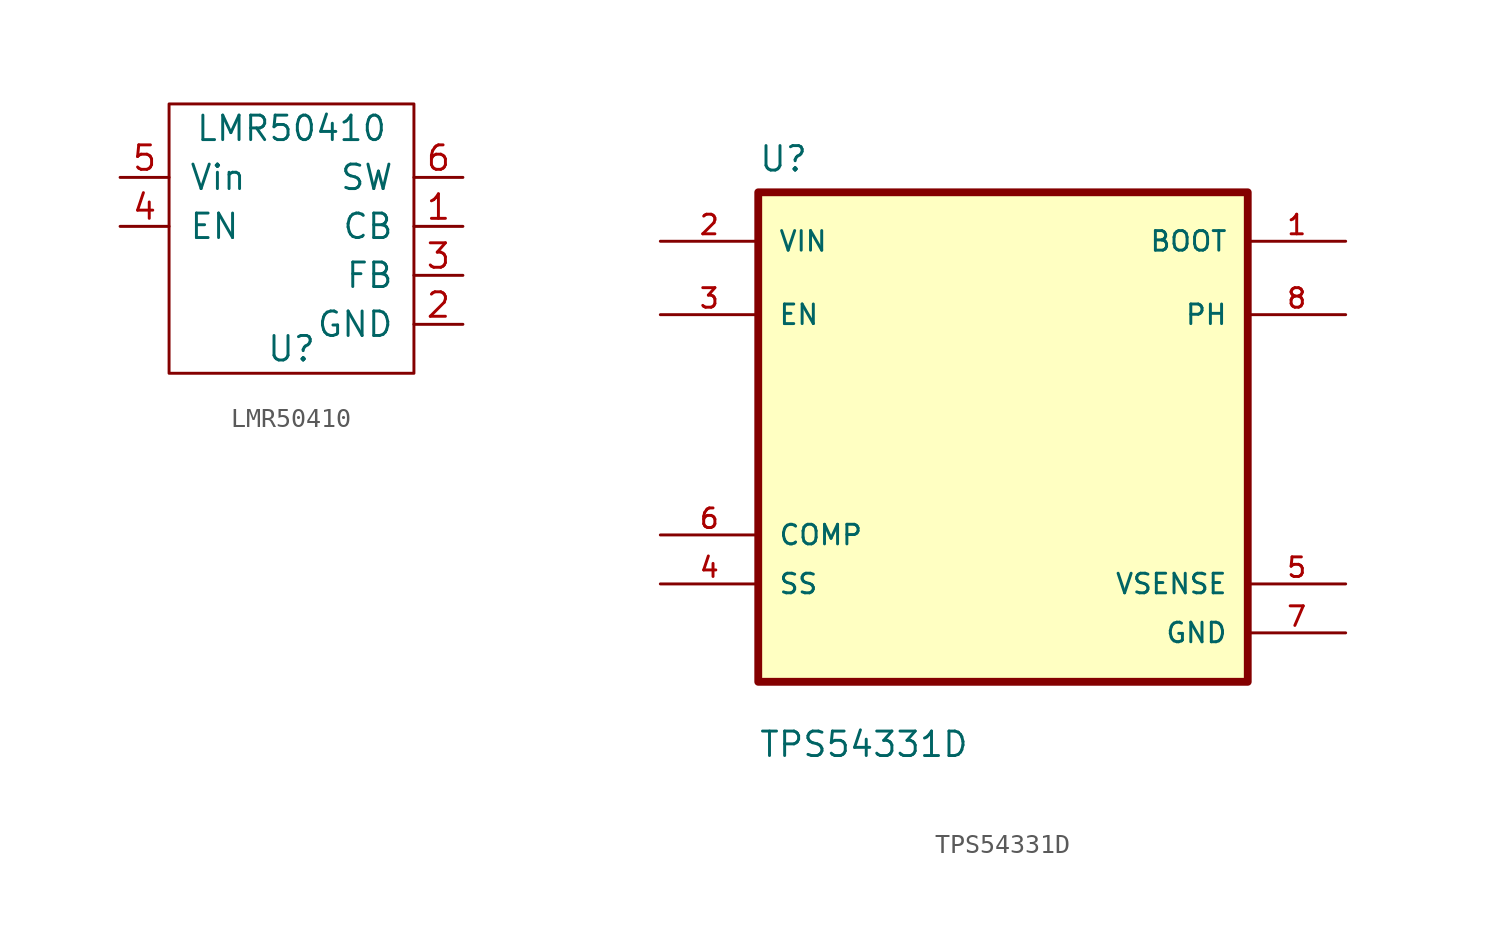
<source format=kicad_sym>
(kicad_symbol_lib
  (version 20211014)
  (generator kicad_symbol_editor)
  (symbol "LMR50410"
    (pin_names
      (offset 1.016))
    (property "Reference" "U"
      (at 0 -5.08 0)
      (effects (font (size 1.27 1.27))))
    (property "Value" "LMR50410"
      (at 0 6.35 0)
      (effects (font (size 1.27 1.27))))
    (symbol "LMR50410_0_1"
      (rectangle (start -6.35 7.62) (end 6.35 -6.35) (stroke (width 0) (type default) (color 0 0 0 0)) (fill (type none))))
    (symbol "LMR50410_1_1"
      (pin input line (at 8.89 1.27 180) (length 2.54) (name "CB" (effects (font (size 1.27 1.27)))) (number "1" (effects (font (size 1.27 1.27)))))
      (pin input line (at 8.89 -3.81 180) (length 2.54) (name "GND" (effects (font (size 1.27 1.27)))) (number "2" (effects (font (size 1.27 1.27)))))
      (pin input line (at 8.89 -1.27 180) (length 2.54) (name "FB" (effects (font (size 1.27 1.27)))) (number "3" (effects (font (size 1.27 1.27)))))
      (pin input line (at -8.89 1.27 0) (length 2.54) (name "EN" (effects (font (size 1.27 1.27)))) (number "4" (effects (font (size 1.27 1.27)))))
      (pin input line (at -8.89 3.81 0) (length 2.54) (name "Vin" (effects (font (size 1.27 1.27)))) (number "5" (effects (font (size 1.27 1.27)))))
      (pin output line (at 8.89 3.81 180) (length 2.54) (name "SW" (effects (font (size 1.27 1.27)))) (number "6" (effects (font (size 1.27 1.27)))))))
  (symbol "TPS54331D"
    (pin_names
      (offset 1.016))
    (property "Reference" "U"
      (at -12.7 13.691 0)
      (effects (font (size 1.27 1.27)) (justify left bottom)))
    (property "Value" "TPS54331D"
      (at -12.7 -16.688 0)
      (effects (font (size 1.27 1.27)) (justify left bottom)))
    (symbol "TPS54331D_0_0"
      (rectangle (start -12.7 -12.7) (end 12.7 12.7) (stroke (width 0.406) (type default) (color 0 0 0 0)) (fill (type background)))
      (pin input line (at 17.78 10.16 180) (length 5.08) (name "BOOT" (effects (font (size 1.016 1.016)))) (number "1" (effects (font (size 1.016 1.016)))))
      (pin input line (at -17.78 10.16 0) (length 5.08) (name "VIN" (effects (font (size 1.016 1.016)))) (number "2" (effects (font (size 1.016 1.016)))))
      (pin input line (at -17.78 6.35 0) (length 5.08) (name "EN" (effects (font (size 1.016 1.016)))) (number "3" (effects (font (size 1.016 1.016)))))
      (pin input line (at -17.78 -7.62 0) (length 5.08) (name "SS" (effects (font (size 1.016 1.016)))) (number "4" (effects (font (size 1.016 1.016)))))
      (pin input line (at 17.78 -7.62 180) (length 5.08) (name "VSENSE" (effects (font (size 1.016 1.016)))) (number "5" (effects (font (size 1.016 1.016)))))
      (pin output line (at -17.78 -5.08 0) (length 5.08) (name "COMP" (effects (font (size 1.016 1.016)))) (number "6" (effects (font (size 1.016 1.016)))))
      (pin power_in line (at 17.78 -10.16 180) (length 5.08) (name "GND" (effects (font (size 1.016 1.016)))) (number "7" (effects (font (size 1.016 1.016)))))
      (pin input line (at 17.78 6.35 180) (length 5.08) (name "PH" (effects (font (size 1.016 1.016)))) (number "8" (effects (font (size 1.016 1.016))))))))
</source>
